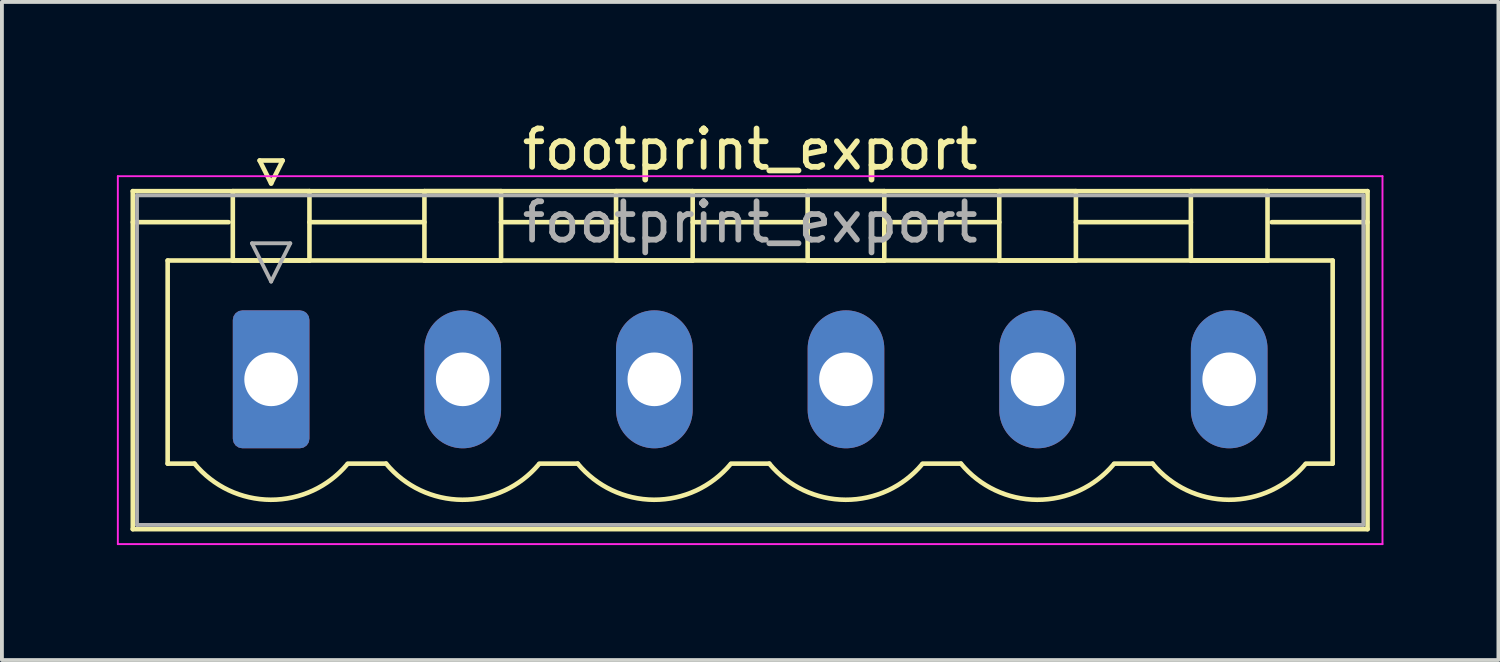
<source format=kicad_pcb>
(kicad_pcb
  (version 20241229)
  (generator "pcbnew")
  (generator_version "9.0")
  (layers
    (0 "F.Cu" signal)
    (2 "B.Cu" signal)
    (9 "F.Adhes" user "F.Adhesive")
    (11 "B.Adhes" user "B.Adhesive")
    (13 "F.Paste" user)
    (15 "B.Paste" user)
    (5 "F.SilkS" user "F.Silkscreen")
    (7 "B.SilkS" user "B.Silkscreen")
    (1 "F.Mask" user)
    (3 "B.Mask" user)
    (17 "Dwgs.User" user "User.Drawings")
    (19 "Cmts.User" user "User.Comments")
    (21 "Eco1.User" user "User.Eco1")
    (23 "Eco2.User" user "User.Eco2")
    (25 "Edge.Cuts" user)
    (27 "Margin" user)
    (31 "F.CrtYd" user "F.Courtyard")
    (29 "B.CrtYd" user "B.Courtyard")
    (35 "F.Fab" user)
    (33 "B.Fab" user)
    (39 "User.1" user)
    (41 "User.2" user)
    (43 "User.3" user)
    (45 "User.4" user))
  (footprint "footprint_export"
    (layer "F.Cu")
    (at 4.025 6.848)
    (property "Reference" "footprint_export" (at 12.5 -6 0) (layer "F.SilkS") (effects (font (size 1 1) (thickness 0.15))))
    (attr through_hole)
    (fp_line (start -3.61 -4.91) (end -3.61 3.91) (stroke (width 0.12) (type solid)) (layer "F.SilkS"))
    (fp_line (start -3.61 -4.1) (end -1.11 -4.1) (stroke (width 0.12) (type solid)) (layer "F.SilkS"))
    (fp_line (start -3.61 3.91) (end 28.61 3.91) (stroke (width 0.12) (type solid)) (layer "F.SilkS"))
    (fp_line (start -2.7 -3.1) (end 27.7 -3.1) (stroke (width 0.12) (type solid)) (layer "F.SilkS"))
    (fp_line (start -2.7 2.2) (end -2.7 -3.1) (stroke (width 0.12) (type solid)) (layer "F.SilkS"))
    (fp_line (start -2 2.2) (end -2.7 2.2) (stroke (width 0.12) (type solid)) (layer "F.SilkS"))
    (fp_line (start -1 -4.91) (end 1 -4.91) (stroke (width 0.12) (type solid)) (layer "F.SilkS"))
    (fp_line (start -1 -3.1) (end -1 -4.91) (stroke (width 0.12) (type solid)) (layer "F.SilkS"))
    (fp_line (start -0.3 -5.71) (end 0.3 -5.71) (stroke (width 0.12) (type solid)) (layer "F.SilkS"))
    (fp_line (start 0 -5.11) (end -0.3 -5.71) (stroke (width 0.12) (type solid)) (layer "F.SilkS"))
    (fp_line (start 0.3 -5.71) (end 0 -5.11) (stroke (width 0.12) (type solid)) (layer "F.SilkS"))
    (fp_line (start 1 -4.91) (end 1 -3.1) (stroke (width 0.12) (type solid)) (layer "F.SilkS"))
    (fp_line (start 1 -4.1) (end 4 -4.1) (stroke (width 0.12) (type solid)) (layer "F.SilkS"))
    (fp_line (start 1 -3.1) (end -1 -3.1) (stroke (width 0.12) (type solid)) (layer "F.SilkS"))
    (fp_line (start 2 2.2) (end 3 2.2) (stroke (width 0.12) (type solid)) (layer "F.SilkS"))
    (fp_line (start 4 -4.91) (end 6 -4.91) (stroke (width 0.12) (type solid)) (layer "F.SilkS"))
    (fp_line (start 4 -3.1) (end 4 -4.91) (stroke (width 0.12) (type solid)) (layer "F.SilkS"))
    (fp_line (start 6 -4.91) (end 6 -3.1) (stroke (width 0.12) (type solid)) (layer "F.SilkS"))
    (fp_line (start 6 -4.1) (end 9 -4.1) (stroke (width 0.12) (type solid)) (layer "F.SilkS"))
    (fp_line (start 6 -3.1) (end 4 -3.1) (stroke (width 0.12) (type solid)) (layer "F.SilkS"))
    (fp_line (start 7 2.2) (end 8 2.2) (stroke (width 0.12) (type solid)) (layer "F.SilkS"))
    (fp_line (start 9 -4.91) (end 11 -4.91) (stroke (width 0.12) (type solid)) (layer "F.SilkS"))
    (fp_line (start 9 -3.1) (end 9 -4.91) (stroke (width 0.12) (type solid)) (layer "F.SilkS"))
    (fp_line (start 11 -4.91) (end 11 -3.1) (stroke (width 0.12) (type solid)) (layer "F.SilkS"))
    (fp_line (start 11 -4.1) (end 14 -4.1) (stroke (width 0.12) (type solid)) (layer "F.SilkS"))
    (fp_line (start 11 -3.1) (end 9 -3.1) (stroke (width 0.12) (type solid)) (layer "F.SilkS"))
    (fp_line (start 12 2.2) (end 13 2.2) (stroke (width 0.12) (type solid)) (layer "F.SilkS"))
    (fp_line (start 14 -4.91) (end 16 -4.91) (stroke (width 0.12) (type solid)) (layer "F.SilkS"))
    (fp_line (start 14 -3.1) (end 14 -4.91) (stroke (width 0.12) (type solid)) (layer "F.SilkS"))
    (fp_line (start 16 -4.91) (end 16 -3.1) (stroke (width 0.12) (type solid)) (layer "F.SilkS"))
    (fp_line (start 16 -4.1) (end 19 -4.1) (stroke (width 0.12) (type solid)) (layer "F.SilkS"))
    (fp_line (start 16 -3.1) (end 14 -3.1) (stroke (width 0.12) (type solid)) (layer "F.SilkS"))
    (fp_line (start 17 2.2) (end 18 2.2) (stroke (width 0.12) (type solid)) (layer "F.SilkS"))
    (fp_line (start 19 -4.91) (end 21 -4.91) (stroke (width 0.12) (type solid)) (layer "F.SilkS"))
    (fp_line (start 19 -3.1) (end 19 -4.91) (stroke (width 0.12) (type solid)) (layer "F.SilkS"))
    (fp_line (start 21 -4.91) (end 21 -3.1) (stroke (width 0.12) (type solid)) (layer "F.SilkS"))
    (fp_line (start 21 -4.1) (end 24 -4.1) (stroke (width 0.12) (type solid)) (layer "F.SilkS"))
    (fp_line (start 21 -3.1) (end 19 -3.1) (stroke (width 0.12) (type solid)) (layer "F.SilkS"))
    (fp_line (start 22 2.2) (end 23 2.2) (stroke (width 0.12) (type solid)) (layer "F.SilkS"))
    (fp_line (start 24 -4.91) (end 26 -4.91) (stroke (width 0.12) (type solid)) (layer "F.SilkS"))
    (fp_line (start 24 -3.1) (end 24 -4.91) (stroke (width 0.12) (type solid)) (layer "F.SilkS"))
    (fp_line (start 26 -4.91) (end 26 -3.1) (stroke (width 0.12) (type solid)) (layer "F.SilkS"))
    (fp_line (start 26 -3.1) (end 24 -3.1) (stroke (width 0.12) (type solid)) (layer "F.SilkS"))
    (fp_line (start 27.7 -3.1) (end 27.7 2.2) (stroke (width 0.12) (type solid)) (layer "F.SilkS"))
    (fp_line (start 27.7 2.2) (end 27 2.2) (stroke (width 0.12) (type solid)) (layer "F.SilkS"))
    (fp_line (start 28.61 -4.91) (end -3.61 -4.91) (stroke (width 0.12) (type solid)) (layer "F.SilkS"))
    (fp_line (start 28.61 -4.1) (end 26.11 -4.1) (stroke (width 0.12) (type solid)) (layer "F.SilkS"))
    (fp_line (start 28.61 3.91) (end 28.61 -4.91) (stroke (width 0.12) (type solid)) (layer "F.SilkS"))
    (fp_arc (start 1.986842 2.215821) (mid -0.010289 3.142758) (end -2 2.2) (stroke (width 0.12) (type solid)) (layer "F.SilkS"))
    (fp_arc (start 6.986842 2.215821) (mid 4.989711 3.142758) (end 3 2.2) (stroke (width 0.12) (type solid)) (layer "F.SilkS"))
    (fp_arc (start 11.986842 2.215821) (mid 9.989711 3.142758) (end 8 2.2) (stroke (width 0.12) (type solid)) (layer "F.SilkS"))
    (fp_arc (start 16.986842 2.215821) (mid 14.989711 3.142758) (end 13 2.2) (stroke (width 0.12) (type solid)) (layer "F.SilkS"))
    (fp_arc (start 21.986842 2.215821) (mid 19.989711 3.142758) (end 18 2.2) (stroke (width 0.12) (type solid)) (layer "F.SilkS"))
    (fp_arc (start 26.986842 2.215821) (mid 24.989711 3.142758) (end 23 2.2) (stroke (width 0.12) (type solid)) (layer "F.SilkS"))
    (fp_line (start -4 -5.3) (end -4 4.3) (stroke (width 0.05) (type solid)) (layer "F.CrtYd"))
    (fp_line (start -4 4.3) (end 29 4.3) (stroke (width 0.05) (type solid)) (layer "F.CrtYd"))
    (fp_line (start 29 -5.3) (end -4 -5.3) (stroke (width 0.05) (type solid)) (layer "F.CrtYd"))
    (fp_line (start 29 4.3) (end 29 -5.3) (stroke (width 0.05) (type solid)) (layer "F.CrtYd"))
    (fp_line (start -3.5 -4.8) (end -3.5 3.8) (stroke (width 0.1) (type solid)) (layer "F.Fab"))
    (fp_line (start -3.5 3.8) (end 28.5 3.8) (stroke (width 0.1) (type solid)) (layer "F.Fab"))
    (fp_line (start -0.5 -3.55) (end 0.5 -3.55) (stroke (width 0.1) (type solid)) (layer "F.Fab"))
    (fp_line (start 0 -2.55) (end -0.5 -3.55) (stroke (width 0.1) (type solid)) (layer "F.Fab"))
    (fp_line (start 0.5 -3.55) (end 0 -2.55) (stroke (width 0.1) (type solid)) (layer "F.Fab"))
    (fp_line (start 28.5 -4.8) (end -3.5 -4.8) (stroke (width 0.1) (type solid)) (layer "F.Fab"))
    (fp_line (start 28.5 3.8) (end 28.5 -4.8) (stroke (width 0.1) (type solid)) (layer "F.Fab"))
    (fp_text user "${REFERENCE}" (at 12.5 -4.1 0) (layer "F.Fab") (effects (font (size 1 1) (thickness 0.15))))
    (pad "1" thru_hole roundrect (at 0 0) (size 2 3.6) (drill 1.4) (layers "*.Cu" "*.Mask") (roundrect_rratio 0.125))
    (pad "2" thru_hole oval (at 5 0) (size 2 3.6) (drill 1.4) (layers "*.Cu" "*.Mask"))
    (pad "3" thru_hole oval (at 10 0) (size 2 3.6) (drill 1.4) (layers "*.Cu" "*.Mask"))
    (pad "4" thru_hole oval (at 15 0) (size 2 3.6) (drill 1.4) (layers "*.Cu" "*.Mask"))
    (pad "5" thru_hole oval (at 20 0) (size 2 3.6) (drill 1.4) (layers "*.Cu" "*.Mask"))
    (pad "6" thru_hole oval (at 25 0) (size 2 3.6) (drill 1.4) (layers "*.Cu" "*.Mask")))
  (gr_rect
    (start -3 -3)
    (end 36.05 14.173)
    (stroke (width 0.1) (type default))
    (fill no)
    (layer "Edge.Cuts")))
</source>
